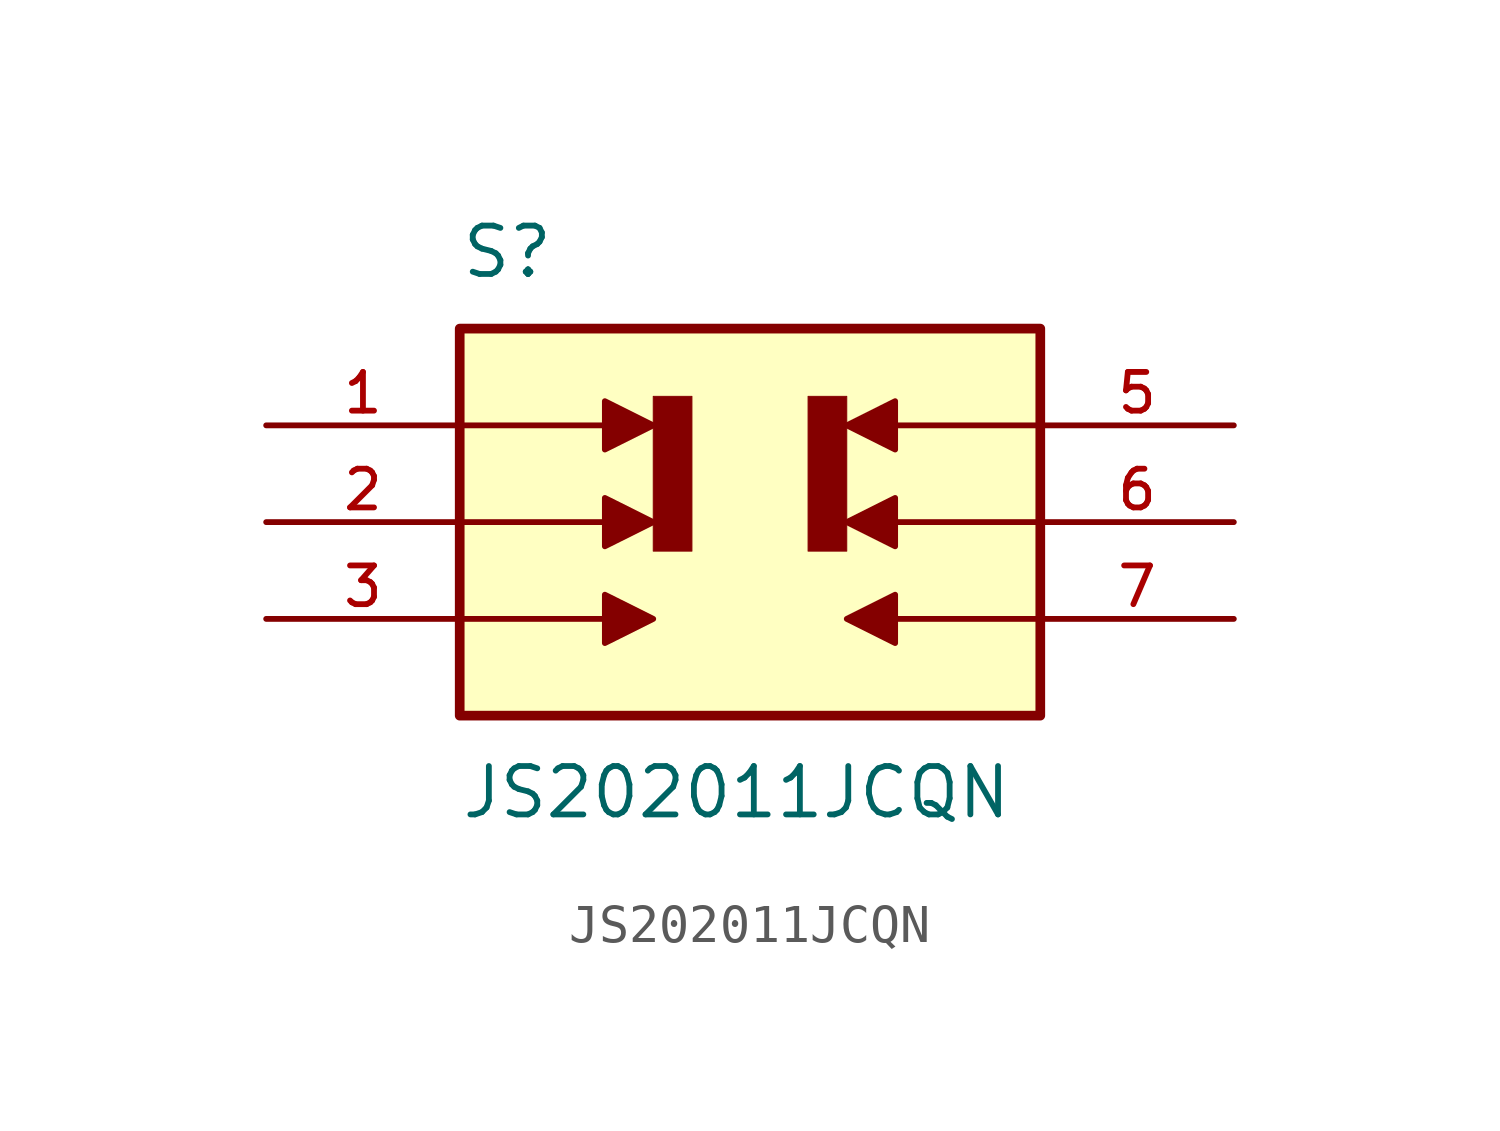
<source format=kicad_sym>
(kicad_symbol_lib
  (version 20231120)
  (generator "kicad_symbol_editor")
  (generator_version "8.0")
  (symbol "JS202011JCQN"
    (pin_names
      (offset 1.016))
    (property "Reference" "S"
      (at -7.62 6.35 0)
      (effects (font (size 1.27 1.27)) (justify left bottom)))
    (property "Value" "JS202011JCQN"
      (at -7.62 -6.35 0)
      (effects (font (size 1.27 1.27)) (justify left top)))
    (symbol "JS202011JCQN_0_0"
      (rectangle (start -7.62 -5.08) (end 7.62 5.08) (stroke (width 0.254) (type default)) (fill (type background)))
      (polyline (pts (xy -7.62 -2.54) (xy -3.81 -2.54)) (stroke (width 0.152) (type default)) (fill (type none)))
      (polyline (pts (xy -7.62 0) (xy -3.81 0)) (stroke (width 0.152) (type default)) (fill (type none)))
      (polyline (pts (xy -7.62 2.54) (xy -3.81 2.54)) (stroke (width 0.152) (type default)) (fill (type none)))
      (polyline (pts (xy 7.62 -2.54) (xy 3.81 -2.54)) (stroke (width 0.152) (type default)) (fill (type none)))
      (polyline (pts (xy 7.62 0) (xy 3.81 0)) (stroke (width 0.152) (type default)) (fill (type none)))
      (polyline (pts (xy 7.62 2.54) (xy 3.81 2.54)) (stroke (width 0.152) (type default)) (fill (type none)))
      (polyline (pts (xy -3.81 -1.905) (xy -3.81 -3.175) (xy -2.54 -2.54) (xy -3.81 -1.905)) (stroke (width 0.152) (type default)) (fill (type outline)))
      (polyline (pts (xy -3.81 0.635) (xy -3.81 -0.635) (xy -2.54 0) (xy -3.81 0.635)) (stroke (width 0.152) (type default)) (fill (type outline)))
      (polyline (pts (xy -3.81 3.175) (xy -3.81 1.905) (xy -2.54 2.54) (xy -3.81 3.175)) (stroke (width 0.152) (type default)) (fill (type outline)))
      (polyline (pts (xy 3.81 -3.175) (xy 3.81 -1.905) (xy 2.54 -2.54) (xy 3.81 -3.175)) (stroke (width 0.152) (type default)) (fill (type outline)))
      (polyline (pts (xy 3.81 -0.635) (xy 3.81 0.635) (xy 2.54 0) (xy 3.81 -0.635)) (stroke (width 0.152) (type default)) (fill (type outline)))
      (polyline (pts (xy 3.81 1.905) (xy 3.81 3.175) (xy 2.54 2.54) (xy 3.81 1.905)) (stroke (width 0.152) (type default)) (fill (type outline)))
      (polyline (pts (xy -2.54 3.302) (xy -2.54 -0.762) (xy -1.524 -0.762) (xy -1.524 3.302) (xy -2.54 3.302)) (stroke (width 0.025) (type default)) (fill (type outline)))
      (polyline (pts (xy 1.524 3.302) (xy 1.524 -0.762) (xy 2.54 -0.762) (xy 2.54 3.302) (xy 1.524 3.302)) (stroke (width 0.025) (type default)) (fill (type outline)))
      (pin passive line (at -12.7 2.54 0) (length 5.08) (name "~" (effects (font (size 1.016 1.016)))) (number "1" (effects (font (size 1.016 1.016)))))
      (pin passive line (at -12.7 0 0) (length 5.08) (name "~" (effects (font (size 1.016 1.016)))) (number "2" (effects (font (size 1.016 1.016)))))
      (pin passive line (at -12.7 -2.54 0) (length 5.08) (name "~" (effects (font (size 1.016 1.016)))) (number "3" (effects (font (size 1.016 1.016)))))
      (pin passive line (at 12.7 2.54 180) (length 5.08) (name "~" (effects (font (size 1.016 1.016)))) (number "5" (effects (font (size 1.016 1.016)))))
      (pin passive line (at 12.7 0 180) (length 5.08) (name "~" (effects (font (size 1.016 1.016)))) (number "6" (effects (font (size 1.016 1.016)))))
      (pin passive line (at 12.7 -2.54 180) (length 5.08) (name "~" (effects (font (size 1.016 1.016)))) (number "7" (effects (font (size 1.016 1.016))))))))
</source>
